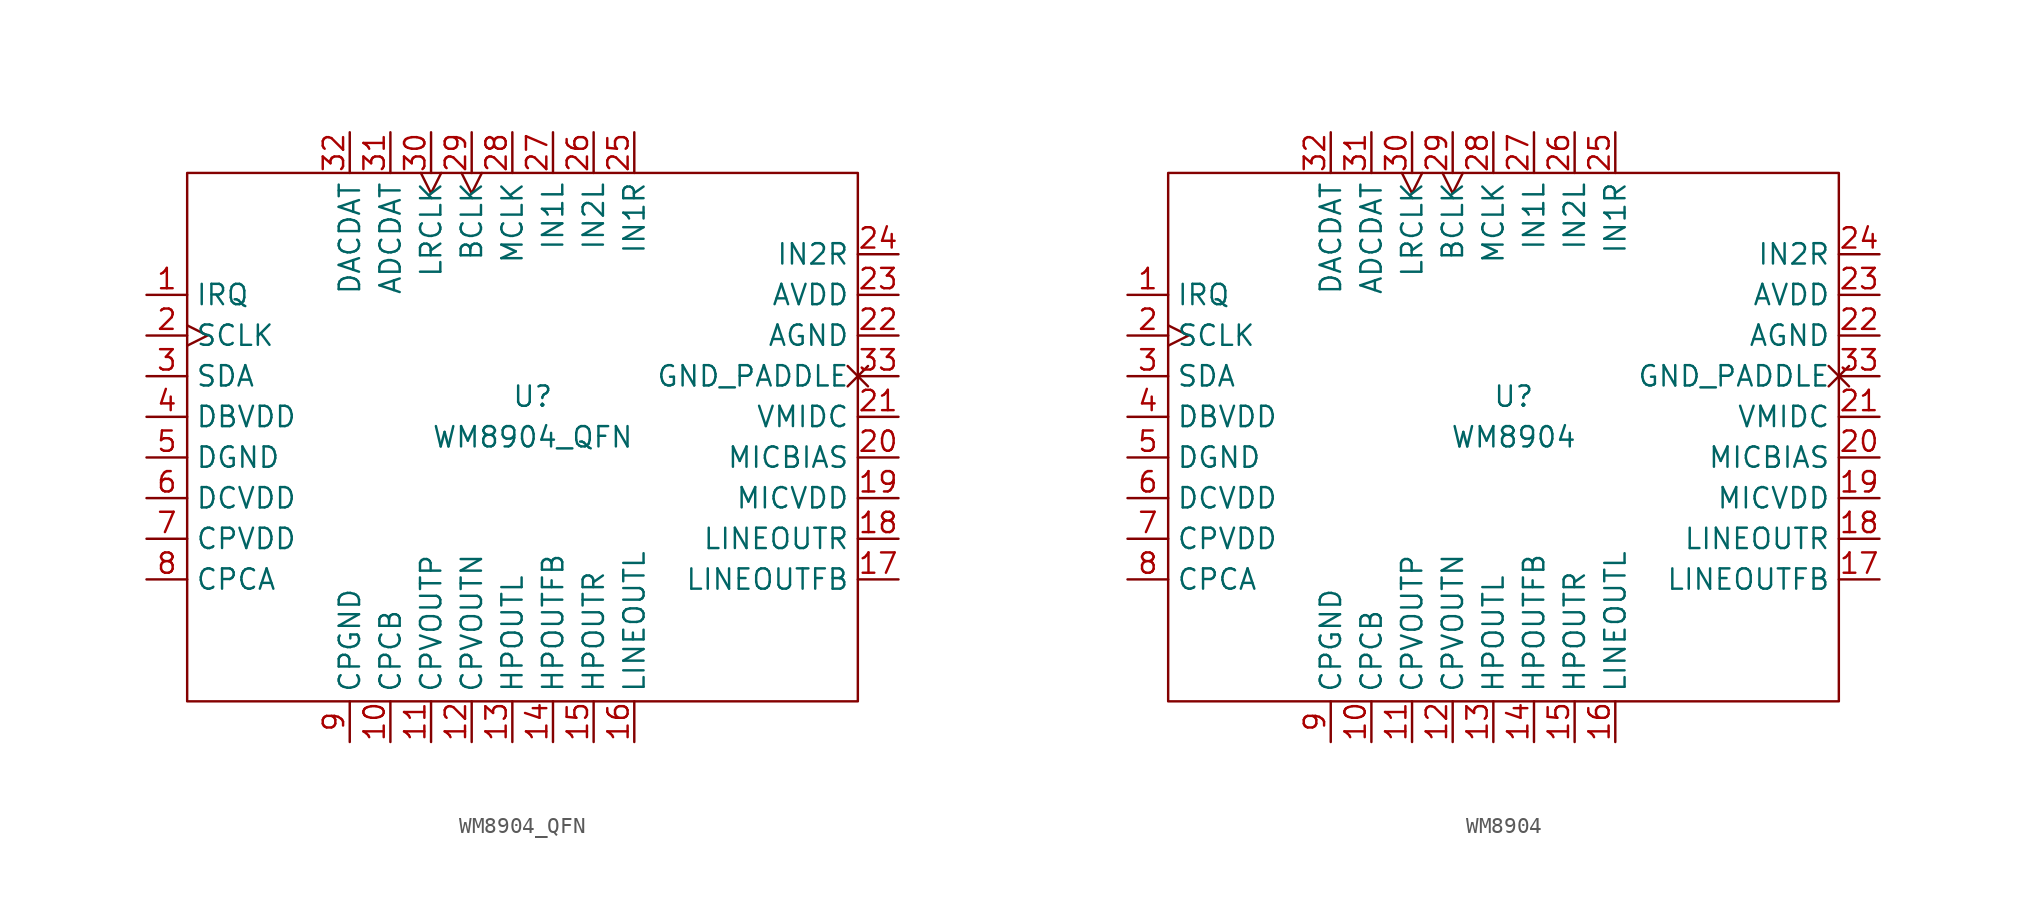
<source format=kicad_sym>
(kicad_symbol_lib
  (version 20211014)
  (generator kicad_symbol_editor)
  (symbol "WM8904_QFN"
    (property "Reference" "U"
      (at 0 2.54 0)
      (effects (font (size 1.27 1.27))))
    (property "Value" "WM8904_QFN"
      (at 0 0 0)
      (effects (font (size 1.27 1.27))))
    (symbol "WM8904_QFN_0_0"
      (pin bidirectional line (at -24.13 8.89 0) (length 2.54) (name "IRQ" (effects (font (size 1.27 1.27)))) (number "1" (effects (font (size 1.27 1.27)))))
      (pin output line (at -8.89 -19.05 90) (length 2.54) (name "CPCB" (effects (font (size 1.27 1.27)))) (number "10" (effects (font (size 1.27 1.27)))))
      (pin output line (at -6.35 -19.05 90) (length 2.54) (name "CPVOUTP" (effects (font (size 1.27 1.27)))) (number "11" (effects (font (size 1.27 1.27)))))
      (pin output line (at -3.81 -19.05 90) (length 2.54) (name "CPVOUTN" (effects (font (size 1.27 1.27)))) (number "12" (effects (font (size 1.27 1.27)))))
      (pin output line (at -1.27 -19.05 90) (length 2.54) (name "HPOUTL" (effects (font (size 1.27 1.27)))) (number "13" (effects (font (size 1.27 1.27)))))
      (pin output line (at 1.27 -19.05 90) (length 2.54) (name "HPOUTFB" (effects (font (size 1.27 1.27)))) (number "14" (effects (font (size 1.27 1.27)))))
      (pin output line (at 3.81 -19.05 90) (length 2.54) (name "HPOUTR" (effects (font (size 1.27 1.27)))) (number "15" (effects (font (size 1.27 1.27)))))
      (pin output line (at 6.35 -19.05 90) (length 2.54) (name "LINEOUTL" (effects (font (size 1.27 1.27)))) (number "16" (effects (font (size 1.27 1.27)))))
      (pin output line (at 22.86 -8.89 180) (length 2.54) (name "LINEOUTFB" (effects (font (size 1.27 1.27)))) (number "17" (effects (font (size 1.27 1.27)))))
      (pin output line (at 22.86 -6.35 180) (length 2.54) (name "LINEOUTR" (effects (font (size 1.27 1.27)))) (number "18" (effects (font (size 1.27 1.27)))))
      (pin power_in line (at 22.86 -3.81 180) (length 2.54) (name "MICVDD" (effects (font (size 1.27 1.27)))) (number "19" (effects (font (size 1.27 1.27)))))
      (pin input clock (at -24.13 6.35 0) (length 2.54) (name "SCLK" (effects (font (size 1.27 1.27)))) (number "2" (effects (font (size 1.27 1.27)))))
      (pin output line (at 22.86 -1.27 180) (length 2.54) (name "MICBIAS" (effects (font (size 1.27 1.27)))) (number "20" (effects (font (size 1.27 1.27)))))
      (pin passive line (at 22.86 1.27 180) (length 2.54) (name "VMIDC" (effects (font (size 1.27 1.27)))) (number "21" (effects (font (size 1.27 1.27)))))
      (pin power_in line (at 22.86 6.35 180) (length 2.54) (name "AGND" (effects (font (size 1.27 1.27)))) (number "22" (effects (font (size 1.27 1.27)))))
      (pin power_in line (at 22.86 8.89 180) (length 2.54) (name "AVDD" (effects (font (size 1.27 1.27)))) (number "23" (effects (font (size 1.27 1.27)))))
      (pin input line (at 22.86 11.43 180) (length 2.54) (name "IN2R" (effects (font (size 1.27 1.27)))) (number "24" (effects (font (size 1.27 1.27)))))
      (pin input line (at 6.35 19.05 270) (length 2.54) (name "IN1R" (effects (font (size 1.27 1.27)))) (number "25" (effects (font (size 1.27 1.27)))))
      (pin input line (at 3.81 19.05 270) (length 2.54) (name "IN2L" (effects (font (size 1.27 1.27)))) (number "26" (effects (font (size 1.27 1.27)))))
      (pin input line (at 1.27 19.05 270) (length 2.54) (name "IN1L" (effects (font (size 1.27 1.27)))) (number "27" (effects (font (size 1.27 1.27)))))
      (pin input line (at -1.27 19.05 270) (length 2.54) (name "MCLK" (effects (font (size 1.27 1.27)))) (number "28" (effects (font (size 1.27 1.27)))))
      (pin bidirectional clock (at -3.81 19.05 270) (length 2.54) (name "BCLK" (effects (font (size 1.27 1.27)))) (number "29" (effects (font (size 1.27 1.27)))))
      (pin bidirectional line (at -24.13 3.81 0) (length 2.54) (name "SDA" (effects (font (size 1.27 1.27)))) (number "3" (effects (font (size 1.27 1.27)))))
      (pin bidirectional clock (at -6.35 19.05 270) (length 2.54) (name "LRCLK" (effects (font (size 1.27 1.27)))) (number "30" (effects (font (size 1.27 1.27)))))
      (pin input line (at -8.89 19.05 270) (length 2.54) (name "ADCDAT" (effects (font (size 1.27 1.27)))) (number "31" (effects (font (size 1.27 1.27)))))
      (pin output line (at -11.43 19.05 270) (length 2.54) (name "DACDAT" (effects (font (size 1.27 1.27)))) (number "32" (effects (font (size 1.27 1.27)))))
      (pin power_in non_logic (at 22.86 3.81 180) (length 2.54) (name "GND_PADDLE" (effects (font (size 1.27 1.27)))) (number "33" (effects (font (size 1.27 1.27)))))
      (pin power_in line (at -24.13 1.27 0) (length 2.54) (name "DBVDD" (effects (font (size 1.27 1.27)))) (number "4" (effects (font (size 1.27 1.27)))))
      (pin power_in line (at -24.13 -1.27 0) (length 2.54) (name "DGND" (effects (font (size 1.27 1.27)))) (number "5" (effects (font (size 1.27 1.27)))))
      (pin power_in line (at -24.13 -3.81 0) (length 2.54) (name "DCVDD" (effects (font (size 1.27 1.27)))) (number "6" (effects (font (size 1.27 1.27)))))
      (pin power_in line (at -24.13 -6.35 0) (length 2.54) (name "CPVDD" (effects (font (size 1.27 1.27)))) (number "7" (effects (font (size 1.27 1.27)))))
      (pin output line (at -24.13 -8.89 0) (length 2.54) (name "CPCA" (effects (font (size 1.27 1.27)))) (number "8" (effects (font (size 1.27 1.27)))))
      (pin power_in line (at -11.43 -19.05 90) (length 2.54) (name "CPGND" (effects (font (size 1.27 1.27)))) (number "9" (effects (font (size 1.27 1.27))))))
    (symbol "WM8904_QFN_0_1"
      (rectangle (start -21.59 16.51) (end 20.32 -16.51) (stroke (width 0) (type default) (color 0 0 0 0)) (fill (type none)))))
  (symbol "WM8904"
    (property "Reference" "U"
      (at 0 2.54 0)
      (effects (font (size 1.27 1.27))))
    (property "Value" "WM8904"
      (at 0 0 0)
      (effects (font (size 1.27 1.27))))
    (symbol "WM8904_0_0"
      (pin bidirectional line (at -24.13 8.89 0) (length 2.54) (name "IRQ" (effects (font (size 1.27 1.27)))) (number "1" (effects (font (size 1.27 1.27)))))
      (pin output line (at -8.89 -19.05 90) (length 2.54) (name "CPCB" (effects (font (size 1.27 1.27)))) (number "10" (effects (font (size 1.27 1.27)))))
      (pin output line (at -6.35 -19.05 90) (length 2.54) (name "CPVOUTP" (effects (font (size 1.27 1.27)))) (number "11" (effects (font (size 1.27 1.27)))))
      (pin output line (at -3.81 -19.05 90) (length 2.54) (name "CPVOUTN" (effects (font (size 1.27 1.27)))) (number "12" (effects (font (size 1.27 1.27)))))
      (pin output line (at -1.27 -19.05 90) (length 2.54) (name "HPOUTL" (effects (font (size 1.27 1.27)))) (number "13" (effects (font (size 1.27 1.27)))))
      (pin output line (at 1.27 -19.05 90) (length 2.54) (name "HPOUTFB" (effects (font (size 1.27 1.27)))) (number "14" (effects (font (size 1.27 1.27)))))
      (pin output line (at 3.81 -19.05 90) (length 2.54) (name "HPOUTR" (effects (font (size 1.27 1.27)))) (number "15" (effects (font (size 1.27 1.27)))))
      (pin output line (at 6.35 -19.05 90) (length 2.54) (name "LINEOUTL" (effects (font (size 1.27 1.27)))) (number "16" (effects (font (size 1.27 1.27)))))
      (pin output line (at 22.86 -8.89 180) (length 2.54) (name "LINEOUTFB" (effects (font (size 1.27 1.27)))) (number "17" (effects (font (size 1.27 1.27)))))
      (pin output line (at 22.86 -6.35 180) (length 2.54) (name "LINEOUTR" (effects (font (size 1.27 1.27)))) (number "18" (effects (font (size 1.27 1.27)))))
      (pin power_in line (at 22.86 -3.81 180) (length 2.54) (name "MICVDD" (effects (font (size 1.27 1.27)))) (number "19" (effects (font (size 1.27 1.27)))))
      (pin input clock (at -24.13 6.35 0) (length 2.54) (name "SCLK" (effects (font (size 1.27 1.27)))) (number "2" (effects (font (size 1.27 1.27)))))
      (pin output line (at 22.86 -1.27 180) (length 2.54) (name "MICBIAS" (effects (font (size 1.27 1.27)))) (number "20" (effects (font (size 1.27 1.27)))))
      (pin passive line (at 22.86 1.27 180) (length 2.54) (name "VMIDC" (effects (font (size 1.27 1.27)))) (number "21" (effects (font (size 1.27 1.27)))))
      (pin power_in line (at 22.86 6.35 180) (length 2.54) (name "AGND" (effects (font (size 1.27 1.27)))) (number "22" (effects (font (size 1.27 1.27)))))
      (pin power_in line (at 22.86 8.89 180) (length 2.54) (name "AVDD" (effects (font (size 1.27 1.27)))) (number "23" (effects (font (size 1.27 1.27)))))
      (pin input line (at 22.86 11.43 180) (length 2.54) (name "IN2R" (effects (font (size 1.27 1.27)))) (number "24" (effects (font (size 1.27 1.27)))))
      (pin input line (at 6.35 19.05 270) (length 2.54) (name "IN1R" (effects (font (size 1.27 1.27)))) (number "25" (effects (font (size 1.27 1.27)))))
      (pin input line (at 3.81 19.05 270) (length 2.54) (name "IN2L" (effects (font (size 1.27 1.27)))) (number "26" (effects (font (size 1.27 1.27)))))
      (pin input line (at 1.27 19.05 270) (length 2.54) (name "IN1L" (effects (font (size 1.27 1.27)))) (number "27" (effects (font (size 1.27 1.27)))))
      (pin input line (at -1.27 19.05 270) (length 2.54) (name "MCLK" (effects (font (size 1.27 1.27)))) (number "28" (effects (font (size 1.27 1.27)))))
      (pin bidirectional clock (at -3.81 19.05 270) (length 2.54) (name "BCLK" (effects (font (size 1.27 1.27)))) (number "29" (effects (font (size 1.27 1.27)))))
      (pin bidirectional line (at -24.13 3.81 0) (length 2.54) (name "SDA" (effects (font (size 1.27 1.27)))) (number "3" (effects (font (size 1.27 1.27)))))
      (pin bidirectional clock (at -6.35 19.05 270) (length 2.54) (name "LRCLK" (effects (font (size 1.27 1.27)))) (number "30" (effects (font (size 1.27 1.27)))))
      (pin input line (at -8.89 19.05 270) (length 2.54) (name "ADCDAT" (effects (font (size 1.27 1.27)))) (number "31" (effects (font (size 1.27 1.27)))))
      (pin output line (at -11.43 19.05 270) (length 2.54) (name "DACDAT" (effects (font (size 1.27 1.27)))) (number "32" (effects (font (size 1.27 1.27)))))
      (pin power_in non_logic (at 22.86 3.81 180) (length 2.54) (name "GND_PADDLE" (effects (font (size 1.27 1.27)))) (number "33" (effects (font (size 1.27 1.27)))))
      (pin power_in line (at -24.13 1.27 0) (length 2.54) (name "DBVDD" (effects (font (size 1.27 1.27)))) (number "4" (effects (font (size 1.27 1.27)))))
      (pin power_in line (at -24.13 -1.27 0) (length 2.54) (name "DGND" (effects (font (size 1.27 1.27)))) (number "5" (effects (font (size 1.27 1.27)))))
      (pin power_in line (at -24.13 -3.81 0) (length 2.54) (name "DCVDD" (effects (font (size 1.27 1.27)))) (number "6" (effects (font (size 1.27 1.27)))))
      (pin power_in line (at -24.13 -6.35 0) (length 2.54) (name "CPVDD" (effects (font (size 1.27 1.27)))) (number "7" (effects (font (size 1.27 1.27)))))
      (pin output line (at -24.13 -8.89 0) (length 2.54) (name "CPCA" (effects (font (size 1.27 1.27)))) (number "8" (effects (font (size 1.27 1.27)))))
      (pin power_in line (at -11.43 -19.05 90) (length 2.54) (name "CPGND" (effects (font (size 1.27 1.27)))) (number "9" (effects (font (size 1.27 1.27))))))
    (symbol "WM8904_0_1"
      (rectangle (start -21.59 16.51) (end 20.32 -16.51) (stroke (width 0) (type default) (color 0 0 0 0)) (fill (type none))))))
</source>
